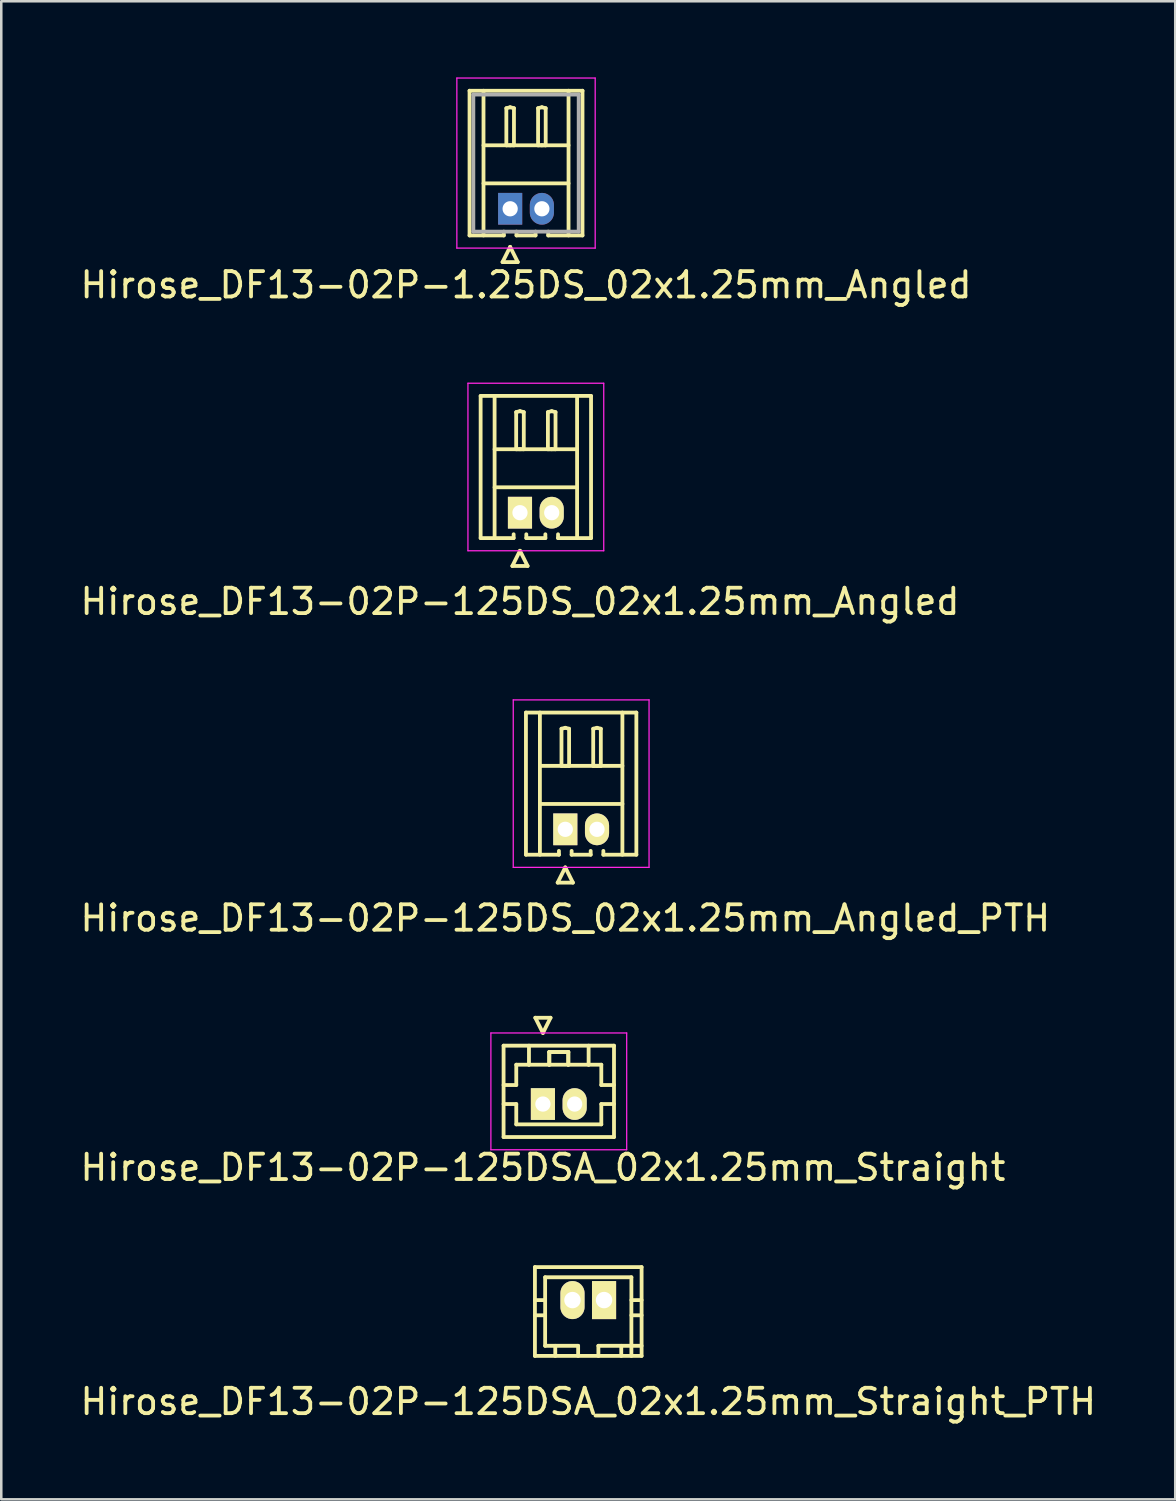
<source format=kicad_pcb>
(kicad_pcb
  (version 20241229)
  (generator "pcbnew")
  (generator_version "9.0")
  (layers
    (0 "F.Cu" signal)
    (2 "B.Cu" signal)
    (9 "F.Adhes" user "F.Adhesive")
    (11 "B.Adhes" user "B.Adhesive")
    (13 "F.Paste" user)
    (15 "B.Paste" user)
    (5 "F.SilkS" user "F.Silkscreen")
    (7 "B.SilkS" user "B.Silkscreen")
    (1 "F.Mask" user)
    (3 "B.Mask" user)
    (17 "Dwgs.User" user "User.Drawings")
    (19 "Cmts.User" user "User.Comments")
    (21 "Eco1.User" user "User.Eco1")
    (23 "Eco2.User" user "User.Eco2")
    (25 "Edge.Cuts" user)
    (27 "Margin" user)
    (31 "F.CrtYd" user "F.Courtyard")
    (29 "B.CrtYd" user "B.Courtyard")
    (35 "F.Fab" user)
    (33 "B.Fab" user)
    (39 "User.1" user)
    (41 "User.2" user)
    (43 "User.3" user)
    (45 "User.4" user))
  (footprint "Hirose_DF13-02P-125DS_02x1.25mm_Angled_PTH"
    (layer "F.Cu")
    (at 19.22 29.622)
    (property "Reference" "Hirose_DF13-02P-125DS_02x1.25mm_Angled_PTH" (at 0 3.5 0) (layer "F.SilkS") (effects (font (size 1 1) (thickness 0.15))))
    (attr through_hole)
    (fp_line (start -1.55 -4.6) (end 2.8 -4.6) (stroke (width 0.15) (type solid)) (layer "F.SilkS"))
    (fp_line (start -1.55 1) (end -1.55 -4.6) (stroke (width 0.15) (type solid)) (layer "F.SilkS"))
    (fp_line (start -1 -4.6) (end -1 1) (stroke (width 0.15) (type solid)) (layer "F.SilkS"))
    (fp_line (start -1 -2.5) (end 2.25 -2.5) (stroke (width 0.15) (type solid)) (layer "F.SilkS"))
    (fp_line (start -1 -1) (end 2.25 -1) (stroke (width 0.15) (type solid)) (layer "F.SilkS"))
    (fp_line (start -0.3 2.1) (end 0.3 2.1) (stroke (width 0.15) (type solid)) (layer "F.SilkS"))
    (fp_line (start -0.25 0.85) (end -0.25 1) (stroke (width 0.15) (type solid)) (layer "F.SilkS"))
    (fp_line (start -0.25 1) (end -1.55 1) (stroke (width 0.15) (type solid)) (layer "F.SilkS"))
    (fp_line (start -0.15 -3.962) (end 0 -4) (stroke (width 0.15) (type solid)) (layer "F.SilkS"))
    (fp_line (start -0.15 -2.5) (end -0.15 -3.962) (stroke (width 0.15) (type solid)) (layer "F.SilkS"))
    (fp_line (start 0 -4) (end 0.15 -3.962) (stroke (width 0.15) (type solid)) (layer "F.SilkS"))
    (fp_line (start 0 -2.5) (end -0.15 -2.5) (stroke (width 0.15) (type solid)) (layer "F.SilkS"))
    (fp_line (start 0 1.5) (end -0.3 2.1) (stroke (width 0.15) (type solid)) (layer "F.SilkS"))
    (fp_line (start 0.15 -3.962) (end 0.15 -2.5) (stroke (width 0.15) (type solid)) (layer "F.SilkS"))
    (fp_line (start 0.15 -2.5) (end 0 -2.5) (stroke (width 0.15) (type solid)) (layer "F.SilkS"))
    (fp_line (start 0.25 0.85) (end 0.25 1) (stroke (width 0.15) (type solid)) (layer "F.SilkS"))
    (fp_line (start 0.25 1) (end 1 1) (stroke (width 0.15) (type solid)) (layer "F.SilkS"))
    (fp_line (start 0.3 2.1) (end 0 1.5) (stroke (width 0.15) (type solid)) (layer "F.SilkS"))
    (fp_line (start 1 1) (end 1 0.85) (stroke (width 0.15) (type solid)) (layer "F.SilkS"))
    (fp_line (start 1.1 -3.962) (end 1.25 -4) (stroke (width 0.15) (type solid)) (layer "F.SilkS"))
    (fp_line (start 1.1 -2.5) (end 1.1 -3.962) (stroke (width 0.15) (type solid)) (layer "F.SilkS"))
    (fp_line (start 1.25 -4) (end 1.4 -3.962) (stroke (width 0.15) (type solid)) (layer "F.SilkS"))
    (fp_line (start 1.25 -2.5) (end 1.1 -2.5) (stroke (width 0.15) (type solid)) (layer "F.SilkS"))
    (fp_line (start 1.4 -3.962) (end 1.4 -2.5) (stroke (width 0.15) (type solid)) (layer "F.SilkS"))
    (fp_line (start 1.4 -2.5) (end 1.25 -2.5) (stroke (width 0.15) (type solid)) (layer "F.SilkS"))
    (fp_line (start 1.5 1) (end 1.5 0.85) (stroke (width 0.15) (type solid)) (layer "F.SilkS"))
    (fp_line (start 2.25 -4.6) (end 2.25 1) (stroke (width 0.15) (type solid)) (layer "F.SilkS"))
    (fp_line (start 2.8 -4.6) (end 2.8 1) (stroke (width 0.15) (type solid)) (layer "F.SilkS"))
    (fp_line (start 2.8 1) (end 1.5 1) (stroke (width 0.15) (type solid)) (layer "F.SilkS"))
    (fp_line (start -2.05 -5.1) (end -2.05 1.5) (stroke (width 0.05) (type solid)) (layer "F.CrtYd"))
    (fp_line (start -2.05 1.5) (end 3.3 1.5) (stroke (width 0.05) (type solid)) (layer "F.CrtYd"))
    (fp_line (start 3.3 -5.1) (end -2.05 -5.1) (stroke (width 0.05) (type solid)) (layer "F.CrtYd"))
    (fp_line (start 3.3 1.5) (end 3.3 -5.1) (stroke (width 0.05) (type solid)) (layer "F.CrtYd"))
    (pad "1" thru_hole rect (at 0 0) (size 0.95 1.25) (drill 0.6) (layers "*.Cu" "*.Mask" "F.SilkS"))
    (pad "2" thru_hole oval (at 1.25 0) (size 0.95 1.25) (drill 0.6) (layers "*.Cu" "*.Mask" "F.SilkS")))
  (footprint "Hirose_DF13-02P-1.25DS_02x1.25mm_Angled"
    (layer "F.Cu")
    (at 17.048 5.175)
    (property "Reference" "Hirose_DF13-02P-1.25DS_02x1.25mm_Angled" (at 0.625 3 0) (layer "F.SilkS") (effects (font (size 1 1) (thickness 0.15))))
    (attr through_hole)
    (fp_line (start -1.6 -4.65) (end 2.85 -4.65) (stroke (width 0.15) (type solid)) (layer "F.SilkS"))
    (fp_line (start -1.6 1.05) (end -1.6 -4.65) (stroke (width 0.15) (type solid)) (layer "F.SilkS"))
    (fp_line (start -1.05 -4.65) (end -1.05 1.05) (stroke (width 0.15) (type solid)) (layer "F.SilkS"))
    (fp_line (start -1.05 -2.5) (end 2.3 -2.5) (stroke (width 0.15) (type solid)) (layer "F.SilkS"))
    (fp_line (start -1.05 -1) (end 2.3 -1) (stroke (width 0.15) (type solid)) (layer "F.SilkS"))
    (fp_line (start -0.3 2.1) (end 0.3 2.1) (stroke (width 0.15) (type solid)) (layer "F.SilkS"))
    (fp_line (start -0.25 0.9) (end -0.25 1.05) (stroke (width 0.15) (type solid)) (layer "F.SilkS"))
    (fp_line (start -0.25 1.05) (end -1.6 1.05) (stroke (width 0.15) (type solid)) (layer "F.SilkS"))
    (fp_line (start -0.15 -3.962) (end 0 -4) (stroke (width 0.15) (type solid)) (layer "F.SilkS"))
    (fp_line (start -0.15 -2.5) (end -0.15 -3.962) (stroke (width 0.15) (type solid)) (layer "F.SilkS"))
    (fp_line (start 0 -4) (end 0.15 -3.962) (stroke (width 0.15) (type solid)) (layer "F.SilkS"))
    (fp_line (start 0 -2.5) (end -0.15 -2.5) (stroke (width 0.15) (type solid)) (layer "F.SilkS"))
    (fp_line (start 0 1.5) (end -0.3 2.1) (stroke (width 0.15) (type solid)) (layer "F.SilkS"))
    (fp_line (start 0.15 -3.962) (end 0.15 -2.5) (stroke (width 0.15) (type solid)) (layer "F.SilkS"))
    (fp_line (start 0.15 -2.5) (end 0 -2.5) (stroke (width 0.15) (type solid)) (layer "F.SilkS"))
    (fp_line (start 0.25 0.9) (end 0.25 1.05) (stroke (width 0.15) (type solid)) (layer "F.SilkS"))
    (fp_line (start 0.25 1.05) (end 1 1.05) (stroke (width 0.15) (type solid)) (layer "F.SilkS"))
    (fp_line (start 0.3 2.1) (end 0 1.5) (stroke (width 0.15) (type solid)) (layer "F.SilkS"))
    (fp_line (start 1 1.05) (end 1 0.9) (stroke (width 0.15) (type solid)) (layer "F.SilkS"))
    (fp_line (start 1.1 -3.962) (end 1.25 -4) (stroke (width 0.15) (type solid)) (layer "F.SilkS"))
    (fp_line (start 1.1 -2.5) (end 1.1 -3.962) (stroke (width 0.15) (type solid)) (layer "F.SilkS"))
    (fp_line (start 1.25 -4) (end 1.4 -3.962) (stroke (width 0.15) (type solid)) (layer "F.SilkS"))
    (fp_line (start 1.25 -2.5) (end 1.1 -2.5) (stroke (width 0.15) (type solid)) (layer "F.SilkS"))
    (fp_line (start 1.4 -3.962) (end 1.4 -2.5) (stroke (width 0.15) (type solid)) (layer "F.SilkS"))
    (fp_line (start 1.4 -2.5) (end 1.25 -2.5) (stroke (width 0.15) (type solid)) (layer "F.SilkS"))
    (fp_line (start 1.5 1.05) (end 1.5 0.9) (stroke (width 0.15) (type solid)) (layer "F.SilkS"))
    (fp_line (start 2.3 -4.65) (end 2.3 1.05) (stroke (width 0.15) (type solid)) (layer "F.SilkS"))
    (fp_line (start 2.85 -4.65) (end 2.85 1.05) (stroke (width 0.15) (type solid)) (layer "F.SilkS"))
    (fp_line (start 2.85 1.05) (end 1.5 1.05) (stroke (width 0.15) (type solid)) (layer "F.SilkS"))
    (fp_line (start -2.1 -5.15) (end -2.1 1.55) (stroke (width 0.05) (type solid)) (layer "F.CrtYd"))
    (fp_line (start -2.1 1.55) (end 3.35 1.55) (stroke (width 0.05) (type solid)) (layer "F.CrtYd"))
    (fp_line (start 3.35 -5.15) (end -2.1 -5.15) (stroke (width 0.05) (type solid)) (layer "F.CrtYd"))
    (fp_line (start 3.35 1.55) (end 3.35 -5.15) (stroke (width 0.05) (type solid)) (layer "F.CrtYd"))
    (fp_line (start -1.45 -4.5) (end -1.45 0.9) (stroke (width 0.15) (type solid)) (layer "F.Fab"))
    (fp_line (start -1.45 0.9) (end 2.7 0.9) (stroke (width 0.15) (type solid)) (layer "F.Fab"))
    (fp_line (start 2.7 -4.5) (end -1.45 -4.5) (stroke (width 0.15) (type solid)) (layer "F.Fab"))
    (fp_line (start 2.7 0.9) (end 2.7 -4.5) (stroke (width 0.15) (type solid)) (layer "F.Fab"))
    (pad "1" thru_hole rect (at 0 0) (size 0.95 1.25) (drill 0.6) (layers "*.Cu" "*.Mask"))
    (pad "2" thru_hole oval (at 1.25 0) (size 0.95 1.25) (drill 0.6) (layers "*.Cu" "*.Mask")))
  (footprint "Hirose_DF13-02P-125DS_02x1.25mm_Angled"
    (layer "F.Cu")
    (at 17.435 17.148)
    (property "Reference" "Hirose_DF13-02P-125DS_02x1.25mm_Angled" (at 0 3.5 0) (layer "F.SilkS") (effects (font (size 1 1) (thickness 0.15))))
    (attr through_hole)
    (fp_line (start -1.55 -4.6) (end 2.8 -4.6) (stroke (width 0.15) (type solid)) (layer "F.SilkS"))
    (fp_line (start -1.55 1) (end -1.55 -4.6) (stroke (width 0.15) (type solid)) (layer "F.SilkS"))
    (fp_line (start -1 -4.6) (end -1 1) (stroke (width 0.15) (type solid)) (layer "F.SilkS"))
    (fp_line (start -1 -2.5) (end 2.25 -2.5) (stroke (width 0.15) (type solid)) (layer "F.SilkS"))
    (fp_line (start -1 -1) (end 2.25 -1) (stroke (width 0.15) (type solid)) (layer "F.SilkS"))
    (fp_line (start -0.3 2.1) (end 0.3 2.1) (stroke (width 0.15) (type solid)) (layer "F.SilkS"))
    (fp_line (start -0.25 0.85) (end -0.25 1) (stroke (width 0.15) (type solid)) (layer "F.SilkS"))
    (fp_line (start -0.25 1) (end -1.55 1) (stroke (width 0.15) (type solid)) (layer "F.SilkS"))
    (fp_line (start -0.15 -3.962) (end 0 -4) (stroke (width 0.15) (type solid)) (layer "F.SilkS"))
    (fp_line (start -0.15 -2.5) (end -0.15 -3.962) (stroke (width 0.15) (type solid)) (layer "F.SilkS"))
    (fp_line (start 0 -4) (end 0.15 -3.962) (stroke (width 0.15) (type solid)) (layer "F.SilkS"))
    (fp_line (start 0 -2.5) (end -0.15 -2.5) (stroke (width 0.15) (type solid)) (layer "F.SilkS"))
    (fp_line (start 0 1.5) (end -0.3 2.1) (stroke (width 0.15) (type solid)) (layer "F.SilkS"))
    (fp_line (start 0.15 -3.962) (end 0.15 -2.5) (stroke (width 0.15) (type solid)) (layer "F.SilkS"))
    (fp_line (start 0.15 -2.5) (end 0 -2.5) (stroke (width 0.15) (type solid)) (layer "F.SilkS"))
    (fp_line (start 0.25 0.85) (end 0.25 1) (stroke (width 0.15) (type solid)) (layer "F.SilkS"))
    (fp_line (start 0.25 1) (end 1 1) (stroke (width 0.15) (type solid)) (layer "F.SilkS"))
    (fp_line (start 0.3 2.1) (end 0 1.5) (stroke (width 0.15) (type solid)) (layer "F.SilkS"))
    (fp_line (start 1 1) (end 1 0.85) (stroke (width 0.15) (type solid)) (layer "F.SilkS"))
    (fp_line (start 1.1 -3.962) (end 1.25 -4) (stroke (width 0.15) (type solid)) (layer "F.SilkS"))
    (fp_line (start 1.1 -2.5) (end 1.1 -3.962) (stroke (width 0.15) (type solid)) (layer "F.SilkS"))
    (fp_line (start 1.25 -4) (end 1.4 -3.962) (stroke (width 0.15) (type solid)) (layer "F.SilkS"))
    (fp_line (start 1.25 -2.5) (end 1.1 -2.5) (stroke (width 0.15) (type solid)) (layer "F.SilkS"))
    (fp_line (start 1.4 -3.962) (end 1.4 -2.5) (stroke (width 0.15) (type solid)) (layer "F.SilkS"))
    (fp_line (start 1.4 -2.5) (end 1.25 -2.5) (stroke (width 0.15) (type solid)) (layer "F.SilkS"))
    (fp_line (start 1.5 1) (end 1.5 0.85) (stroke (width 0.15) (type solid)) (layer "F.SilkS"))
    (fp_line (start 2.25 -4.6) (end 2.25 1) (stroke (width 0.15) (type solid)) (layer "F.SilkS"))
    (fp_line (start 2.8 -4.6) (end 2.8 1) (stroke (width 0.15) (type solid)) (layer "F.SilkS"))
    (fp_line (start 2.8 1) (end 1.5 1) (stroke (width 0.15) (type solid)) (layer "F.SilkS"))
    (fp_line (start -2.05 -5.1) (end -2.05 1.5) (stroke (width 0.05) (type solid)) (layer "F.CrtYd"))
    (fp_line (start -2.05 1.5) (end 3.3 1.5) (stroke (width 0.05) (type solid)) (layer "F.CrtYd"))
    (fp_line (start 3.3 -5.1) (end -2.05 -5.1) (stroke (width 0.05) (type solid)) (layer "F.CrtYd"))
    (fp_line (start 3.3 1.5) (end 3.3 -5.1) (stroke (width 0.05) (type solid)) (layer "F.CrtYd"))
    (pad "1" thru_hole rect (at 0 0) (size 0.95 1.25) (drill 0.6) (layers "*.Cu" "*.Mask" "F.SilkS"))
    (pad "2" thru_hole oval (at 1.25 0) (size 0.95 1.25) (drill 0.6) (layers "*.Cu" "*.Mask" "F.SilkS")))
  (footprint "Hirose_DF13-02P-125DSA_02x1.25mm_Straight"
    (layer "F.Cu")
    (at 18.339 40.445)
    (property "Reference" "Hirose_DF13-02P-125DSA_02x1.25mm_Straight" (at 0 2.5 0) (layer "F.SilkS") (effects (font (size 1 1) (thickness 0.15))))
    (attr through_hole)
    (fp_line (start -1.55 -2.3) (end -1.55 1.3) (stroke (width 0.15) (type solid)) (layer "F.SilkS"))
    (fp_line (start -1.55 -0.75) (end -1.05 -0.75) (stroke (width 0.15) (type solid)) (layer "F.SilkS"))
    (fp_line (start -1.55 0) (end -1.05 0) (stroke (width 0.15) (type solid)) (layer "F.SilkS"))
    (fp_line (start -1.55 1.3) (end 2.8 1.3) (stroke (width 0.15) (type solid)) (layer "F.SilkS"))
    (fp_line (start -1.05 -1.55) (end -0.55 -1.55) (stroke (width 0.15) (type solid)) (layer "F.SilkS"))
    (fp_line (start -1.05 -0.75) (end -1.05 -1.55) (stroke (width 0.15) (type solid)) (layer "F.SilkS"))
    (fp_line (start -1.05 0) (end -1.05 0.8) (stroke (width 0.15) (type solid)) (layer "F.SilkS"))
    (fp_line (start -1.05 0.8) (end 2.3 0.8) (stroke (width 0.15) (type solid)) (layer "F.SilkS"))
    (fp_line (start -0.55 -1.55) (end -0.55 -2.3) (stroke (width 0.15) (type solid)) (layer "F.SilkS"))
    (fp_line (start -0.55 -1.55) (end 0.25 -1.55) (stroke (width 0.15) (type solid)) (layer "F.SilkS"))
    (fp_line (start -0.3 -3.4) (end 0.3 -3.4) (stroke (width 0.15) (type solid)) (layer "F.SilkS"))
    (fp_line (start 0 -2.8) (end -0.3 -3.4) (stroke (width 0.15) (type solid)) (layer "F.SilkS"))
    (fp_line (start 0.25 -2.05) (end 1 -2.05) (stroke (width 0.15) (type solid)) (layer "F.SilkS"))
    (fp_line (start 0.25 -2.05) (end 1 -2.05) (stroke (width 0.15) (type solid)) (layer "F.SilkS"))
    (fp_line (start 0.25 -1.55) (end 0.25 -2.05) (stroke (width 0.15) (type solid)) (layer "F.SilkS"))
    (fp_line (start 0.25 -1.55) (end 0.25 -2.05) (stroke (width 0.15) (type solid)) (layer "F.SilkS"))
    (fp_line (start 0.3 -3.4) (end 0 -2.8) (stroke (width 0.15) (type solid)) (layer "F.SilkS"))
    (fp_line (start 1 -2.05) (end 1 -1.55) (stroke (width 0.15) (type solid)) (layer "F.SilkS"))
    (fp_line (start 1 -2.05) (end 1 -1.55) (stroke (width 0.15) (type solid)) (layer "F.SilkS"))
    (fp_line (start 1 -1.55) (end 0.25 -1.55) (stroke (width 0.15) (type solid)) (layer "F.SilkS"))
    (fp_line (start 1 -1.55) (end 1.8 -1.55) (stroke (width 0.15) (type solid)) (layer "F.SilkS"))
    (fp_line (start 1.8 -1.55) (end 1.8 -2.3) (stroke (width 0.15) (type solid)) (layer "F.SilkS"))
    (fp_line (start 2.3 -1.55) (end 1.8 -1.55) (stroke (width 0.15) (type solid)) (layer "F.SilkS"))
    (fp_line (start 2.3 -0.75) (end 2.3 -1.55) (stroke (width 0.15) (type solid)) (layer "F.SilkS"))
    (fp_line (start 2.3 0) (end 2.8 0) (stroke (width 0.15) (type solid)) (layer "F.SilkS"))
    (fp_line (start 2.3 0.8) (end 2.3 0) (stroke (width 0.15) (type solid)) (layer "F.SilkS"))
    (fp_line (start 2.8 -2.3) (end -1.55 -2.3) (stroke (width 0.15) (type solid)) (layer "F.SilkS"))
    (fp_line (start 2.8 -0.75) (end 2.3 -0.75) (stroke (width 0.15) (type solid)) (layer "F.SilkS"))
    (fp_line (start 2.8 1.3) (end 2.8 -2.3) (stroke (width 0.15) (type solid)) (layer "F.SilkS"))
    (fp_line (start -2.05 -2.8) (end -2.05 1.8) (stroke (width 0.05) (type solid)) (layer "F.CrtYd"))
    (fp_line (start -2.05 1.8) (end 3.3 1.8) (stroke (width 0.05) (type solid)) (layer "F.CrtYd"))
    (fp_line (start 3.3 -2.8) (end -2.05 -2.8) (stroke (width 0.05) (type solid)) (layer "F.CrtYd"))
    (fp_line (start 3.3 1.8) (end 3.3 -2.8) (stroke (width 0.05) (type solid)) (layer "F.CrtYd"))
    (pad "1" thru_hole rect (at 0 0) (size 0.95 1.25) (drill 0.6) (layers "*.Cu" "*.Mask" "F.SilkS"))
    (pad "2" thru_hole oval (at 1.25 0) (size 0.95 1.25) (drill 0.6) (layers "*.Cu" "*.Mask" "F.SilkS")))
  (footprint "Hirose_DF13-02P-125DSA_02x1.25mm_Straight_PTH"
    (layer "F.Cu")
    (at 20.125 48.168)
    (property "Reference" "Hirose_DF13-02P-125DSA_02x1.25mm_Straight_PTH" (at 0 4 0) (layer "F.SilkS") (effects (font (size 1 1) (thickness 0.15))))
    (attr through_hole)
    (fp_line (start -2.101 -1.3) (end 2.101 -1.3) (stroke (width 0.15) (type solid)) (layer "F.SilkS"))
    (fp_line (start -2.101 2.2) (end -2.101 -1.3) (stroke (width 0.15) (type solid)) (layer "F.SilkS"))
    (fp_line (start -1.699 -0.899) (end -1.699 1.801) (stroke (width 0.15) (type solid)) (layer "F.SilkS"))
    (fp_line (start -1.699 0) (end -2.101 0) (stroke (width 0.15) (type solid)) (layer "F.SilkS"))
    (fp_line (start -1.699 0.599) (end -2.101 0.599) (stroke (width 0.15) (type solid)) (layer "F.SilkS"))
    (fp_line (start -1.3 1.801) (end -1.3 2.2) (stroke (width 0.15) (type solid)) (layer "F.SilkS"))
    (fp_line (start -0.701 -0.099) (end -0.5 -0.099) (stroke (width 0.15) (type solid)) (layer "F.SilkS"))
    (fp_line (start -0.701 0.099) (end -0.701 -0.099) (stroke (width 0.15) (type solid)) (layer "F.SilkS"))
    (fp_line (start -0.5 -0.099) (end -0.5 0.099) (stroke (width 0.15) (type solid)) (layer "F.SilkS"))
    (fp_line (start -0.5 0.099) (end -0.701 0.099) (stroke (width 0.15) (type solid)) (layer "F.SilkS"))
    (fp_line (start -0.399 1.801) (end -1.699 1.801) (stroke (width 0.15) (type solid)) (layer "F.SilkS"))
    (fp_line (start -0.399 1.801) (end -0.399 2.2) (stroke (width 0.15) (type solid)) (layer "F.SilkS"))
    (fp_line (start 0.399 1.801) (end 0.399 2.2) (stroke (width 0.15) (type solid)) (layer "F.SilkS"))
    (fp_line (start 0.5 -0.099) (end 0.701 -0.099) (stroke (width 0.15) (type solid)) (layer "F.SilkS"))
    (fp_line (start 0.5 0.099) (end 0.5 -0.099) (stroke (width 0.15) (type solid)) (layer "F.SilkS"))
    (fp_line (start 0.701 -0.099) (end 0.701 0.099) (stroke (width 0.15) (type solid)) (layer "F.SilkS"))
    (fp_line (start 0.701 0.099) (end 0.5 0.099) (stroke (width 0.15) (type solid)) (layer "F.SilkS"))
    (fp_line (start 1.3 1.801) (end 1.3 2.2) (stroke (width 0.15) (type solid)) (layer "F.SilkS"))
    (fp_line (start 1.699 -0.899) (end -1.699 -0.899) (stroke (width 0.15) (type solid)) (layer "F.SilkS"))
    (fp_line (start 1.699 -0.899) (end 1.699 2.2) (stroke (width 0.15) (type solid)) (layer "F.SilkS"))
    (fp_line (start 1.699 0) (end 2.101 0) (stroke (width 0.15) (type solid)) (layer "F.SilkS"))
    (fp_line (start 2.101 -1.3) (end 2.101 2.2) (stroke (width 0.15) (type solid)) (layer "F.SilkS"))
    (fp_line (start 2.101 0.599) (end 1.699 0.599) (stroke (width 0.15) (type solid)) (layer "F.SilkS"))
    (fp_line (start 2.101 1.801) (end 0.399 1.801) (stroke (width 0.15) (type solid)) (layer "F.SilkS"))
    (fp_line (start 2.101 2.2) (end -2.101 2.2) (stroke (width 0.15) (type solid)) (layer "F.SilkS"))
    (pad "1" thru_hole rect (at 0.622 0) (size 0.95 1.499) (drill 0.648) (layers "*.Cu" "*.Mask" "F.SilkS"))
    (pad "2" thru_hole oval (at -0.622 0) (size 0.95 1.499) (drill 0.648) (layers "*.Cu" "*.Mask" "F.SilkS")))
  (gr_rect
    (start -3 -3)
    (end 43.25 56.017)
    (stroke (width 0.1) (type default))
    (fill no)
    (layer "Edge.Cuts")))
</source>
